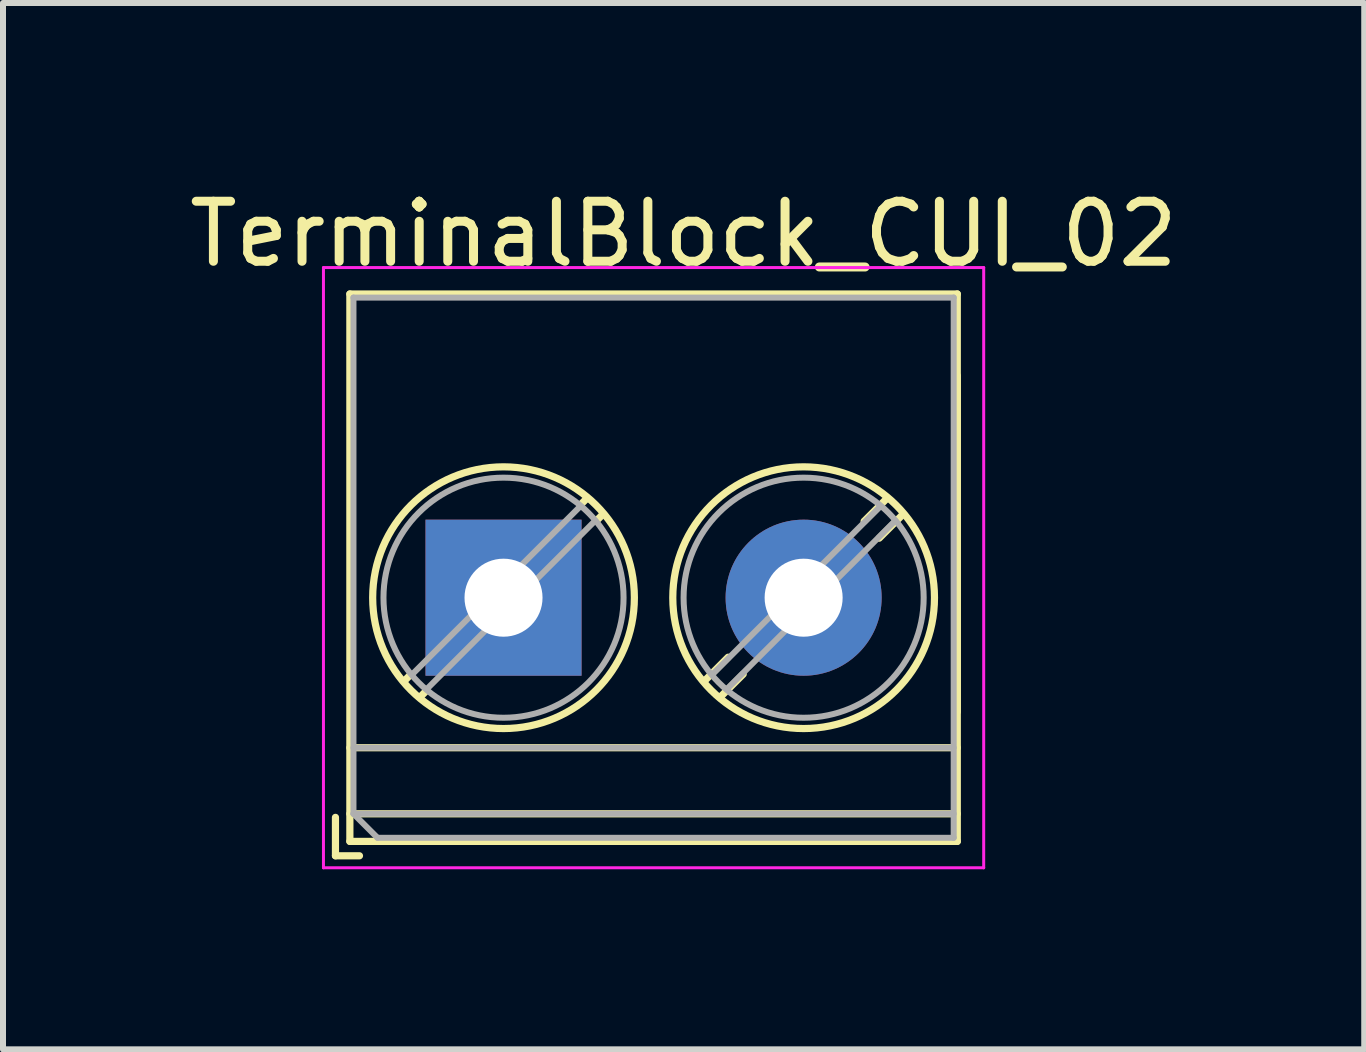
<source format=kicad_pcb>
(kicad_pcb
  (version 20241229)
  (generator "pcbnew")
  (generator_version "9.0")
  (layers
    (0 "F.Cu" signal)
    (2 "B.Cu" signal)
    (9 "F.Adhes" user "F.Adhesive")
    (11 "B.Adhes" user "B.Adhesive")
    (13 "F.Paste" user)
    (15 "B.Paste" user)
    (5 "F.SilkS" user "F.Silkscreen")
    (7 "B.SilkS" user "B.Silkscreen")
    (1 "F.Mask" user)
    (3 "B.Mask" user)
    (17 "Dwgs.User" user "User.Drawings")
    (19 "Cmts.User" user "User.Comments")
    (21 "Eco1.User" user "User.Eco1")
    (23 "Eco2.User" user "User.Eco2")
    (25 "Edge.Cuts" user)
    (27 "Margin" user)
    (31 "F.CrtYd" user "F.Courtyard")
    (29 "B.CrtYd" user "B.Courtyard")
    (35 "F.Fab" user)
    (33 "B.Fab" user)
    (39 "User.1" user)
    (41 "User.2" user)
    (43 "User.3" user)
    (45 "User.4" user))
  (footprint "TerminalBlock_CUI_02"
    (layer "F.Cu")
    (at 5.339 6.908)
    (property "Reference" "TerminalBlock_CUI_02" (at 3 -6.06 0) (layer "F.SilkS") (effects (font (size 1 1) (thickness 0.15))))
    (attr through_hole)
    (fp_line (start -2.8 3.66) (end -2.8 4.3) (stroke (width 0.12) (type solid)) (layer "F.SilkS"))
    (fp_line (start -2.8 4.3) (end -2.4 4.3) (stroke (width 0.12) (type solid)) (layer "F.SilkS"))
    (fp_line (start -2.56 -5.06) (end -2.56 4.06) (stroke (width 0.12) (type solid)) (layer "F.SilkS"))
    (fp_line (start -2.56 -5.06) (end 7.56 -5.06) (stroke (width 0.12) (type solid)) (layer "F.SilkS"))
    (fp_line (start -2.56 2.5) (end 7.56 2.5) (stroke (width 0.12) (type solid)) (layer "F.SilkS"))
    (fp_line (start -2.56 3.6) (end 7.56 3.6) (stroke (width 0.12) (type solid)) (layer "F.SilkS"))
    (fp_line (start -2.56 4.06) (end 7.56 4.06) (stroke (width 0.12) (type solid)) (layer "F.SilkS"))
    (fp_line (start -1.548 1.281) (end -1.654 1.388) (stroke (width 0.12) (type solid)) (layer "F.SilkS"))
    (fp_line (start -1.282 1.547) (end -1.388 1.654) (stroke (width 0.12) (type solid)) (layer "F.SilkS"))
    (fp_line (start 1.388 -1.654) (end 1.281 -1.547) (stroke (width 0.12) (type solid)) (layer "F.SilkS"))
    (fp_line (start 1.654 -1.388) (end 1.547 -1.281) (stroke (width 0.12) (type solid)) (layer "F.SilkS"))
    (fp_line (start 3.742 0.992) (end 3.347 1.388) (stroke (width 0.12) (type solid)) (layer "F.SilkS"))
    (fp_line (start 3.993 1.274) (end 3.613 1.654) (stroke (width 0.12) (type solid)) (layer "F.SilkS"))
    (fp_line (start 6.388 -1.654) (end 6.008 -1.274) (stroke (width 0.12) (type solid)) (layer "F.SilkS"))
    (fp_line (start 6.654 -1.388) (end 6.259 -0.992) (stroke (width 0.12) (type solid)) (layer "F.SilkS"))
    (fp_line (start 7.56 -5.06) (end 7.56 4.06) (stroke (width 0.12) (type solid)) (layer "F.SilkS"))
    (fp_line (start 7.56 -3.7) (end 7.56 1.9) (stroke (width 0.12) (type solid)) (layer "F.SilkS"))
    (fp_circle (center 0 0) (end 2.18 0) (stroke (width 0.12) (type solid)) (fill no) (layer "F.SilkS"))
    (fp_circle (center 5 0) (end 7.18 0) (stroke (width 0.12) (type solid)) (fill no) (layer "F.SilkS"))
    (fp_line (start -3 -5.5) (end -3 4.5) (stroke (width 0.05) (type solid)) (layer "F.CrtYd"))
    (fp_line (start -3 4.5) (end 8 4.5) (stroke (width 0.05) (type solid)) (layer "F.CrtYd"))
    (fp_line (start 8 -5.5) (end -3 -5.5) (stroke (width 0.05) (type solid)) (layer "F.CrtYd"))
    (fp_line (start 8 4.5) (end 8 -5.5) (stroke (width 0.05) (type solid)) (layer "F.CrtYd"))
    (fp_line (start -2.5 -5) (end 7.5 -5) (stroke (width 0.1) (type solid)) (layer "F.Fab"))
    (fp_line (start -2.5 2.5) (end 7.5 2.5) (stroke (width 0.1) (type solid)) (layer "F.Fab"))
    (fp_line (start -2.5 3.6) (end -2.5 -5) (stroke (width 0.1) (type solid)) (layer "F.Fab"))
    (fp_line (start -2.5 3.6) (end 7.5 3.6) (stroke (width 0.1) (type solid)) (layer "F.Fab"))
    (fp_line (start -2.1 4) (end -2.5 3.6) (stroke (width 0.1) (type solid)) (layer "F.Fab"))
    (fp_line (start 1.273 -1.517) (end -1.517 1.273) (stroke (width 0.1) (type solid)) (layer "F.Fab"))
    (fp_line (start 1.517 -1.273) (end -1.273 1.517) (stroke (width 0.1) (type solid)) (layer "F.Fab"))
    (fp_line (start 6.273 -1.517) (end 3.484 1.273) (stroke (width 0.1) (type solid)) (layer "F.Fab"))
    (fp_line (start 6.517 -1.273) (end 3.728 1.517) (stroke (width 0.1) (type solid)) (layer "F.Fab"))
    (fp_line (start 7.5 -5) (end 7.5 4) (stroke (width 0.1) (type solid)) (layer "F.Fab"))
    (fp_line (start 7.5 4) (end -2.1 4) (stroke (width 0.1) (type solid)) (layer "F.Fab"))
    (fp_circle (center 0 0) (end 2 0) (stroke (width 0.1) (type solid)) (fill no) (layer "F.Fab"))
    (fp_circle (center 5 0) (end 7 0) (stroke (width 0.1) (type solid)) (fill no) (layer "F.Fab"))
    (pad "1" thru_hole rect (at 0 0) (size 2.6 2.6) (drill 1.3) (layers "*.Cu" "*.Mask"))
    (pad "2" thru_hole circle (at 5 0) (size 2.6 2.6) (drill 1.3) (layers "*.Cu" "*.Mask")))
  (gr_rect
    (start -3 -3)
    (end 19.679 14.433)
    (stroke (width 0.1) (type default))
    (fill no)
    (layer "Edge.Cuts")))
</source>
